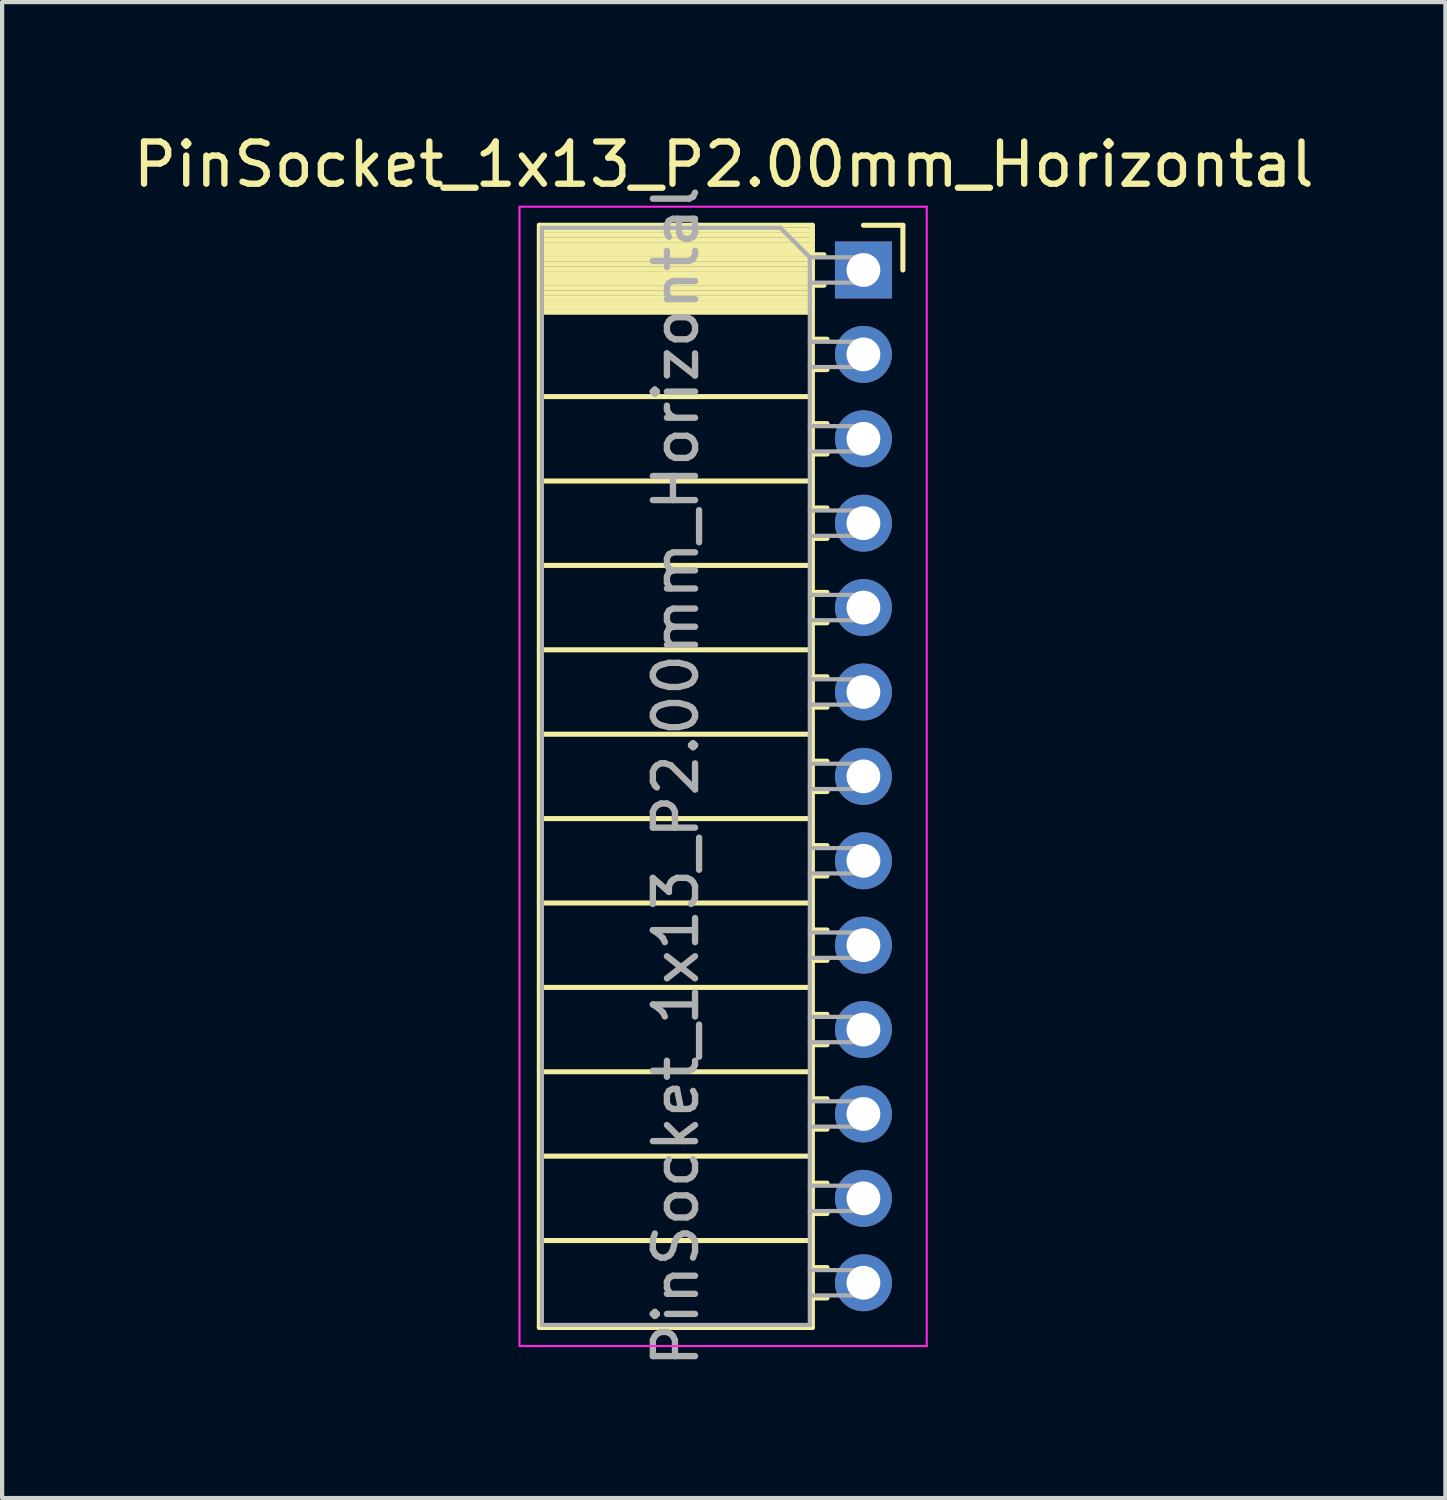
<source format=kicad_pcb>
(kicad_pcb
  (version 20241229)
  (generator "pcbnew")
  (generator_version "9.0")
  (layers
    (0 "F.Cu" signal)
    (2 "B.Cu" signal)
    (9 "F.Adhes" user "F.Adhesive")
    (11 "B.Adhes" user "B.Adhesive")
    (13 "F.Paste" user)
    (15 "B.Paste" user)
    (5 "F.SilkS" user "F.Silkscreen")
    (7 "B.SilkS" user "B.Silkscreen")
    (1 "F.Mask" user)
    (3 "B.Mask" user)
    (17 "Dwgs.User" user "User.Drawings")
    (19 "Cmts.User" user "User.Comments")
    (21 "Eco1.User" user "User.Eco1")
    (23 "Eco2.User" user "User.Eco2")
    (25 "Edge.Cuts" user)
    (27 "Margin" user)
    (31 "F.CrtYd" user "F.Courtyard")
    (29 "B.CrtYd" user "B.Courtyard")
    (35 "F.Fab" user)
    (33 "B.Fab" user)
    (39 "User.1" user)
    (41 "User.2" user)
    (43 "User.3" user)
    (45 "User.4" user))
  (footprint "PinSocket_1x13_P2.00mm_Horizontal"
    (layer "F.Cu")
    (at 17.411 3.348)
    (property "Reference" "PinSocket_1x13_P2.00mm_Horizontal" (at -3.31 -2.5 0) (layer "F.SilkS") (effects (font (size 1 1) (thickness 0.15))))
    (attr through_hole)
    (fp_line (start -7.68 -1.06) (end -7.68 25.06) (stroke (width 0.12) (type solid)) (layer "F.SilkS"))
    (fp_line (start -7.68 -1.06) (end -1.21 -1.06) (stroke (width 0.12) (type solid)) (layer "F.SilkS"))
    (fp_line (start -7.68 -0.94) (end -1.21 -0.94) (stroke (width 0.12) (type solid)) (layer "F.SilkS"))
    (fp_line (start -7.68 -0.826) (end -1.21 -0.826) (stroke (width 0.12) (type solid)) (layer "F.SilkS"))
    (fp_line (start -7.68 -0.712) (end -1.21 -0.712) (stroke (width 0.12) (type solid)) (layer "F.SilkS"))
    (fp_line (start -7.68 -0.598) (end -1.21 -0.598) (stroke (width 0.12) (type solid)) (layer "F.SilkS"))
    (fp_line (start -7.68 -0.484) (end -1.21 -0.484) (stroke (width 0.12) (type solid)) (layer "F.SilkS"))
    (fp_line (start -7.68 -0.369) (end -1.21 -0.369) (stroke (width 0.12) (type solid)) (layer "F.SilkS"))
    (fp_line (start -7.68 -0.255) (end -1.21 -0.255) (stroke (width 0.12) (type solid)) (layer "F.SilkS"))
    (fp_line (start -7.68 -0.141) (end -1.21 -0.141) (stroke (width 0.12) (type solid)) (layer "F.SilkS"))
    (fp_line (start -7.68 -0.027) (end -1.21 -0.027) (stroke (width 0.12) (type solid)) (layer "F.SilkS"))
    (fp_line (start -7.68 0.087) (end -1.21 0.087) (stroke (width 0.12) (type solid)) (layer "F.SilkS"))
    (fp_line (start -7.68 0.201) (end -1.21 0.201) (stroke (width 0.12) (type solid)) (layer "F.SilkS"))
    (fp_line (start -7.68 0.315) (end -1.21 0.315) (stroke (width 0.12) (type solid)) (layer "F.SilkS"))
    (fp_line (start -7.68 0.429) (end -1.21 0.429) (stroke (width 0.12) (type solid)) (layer "F.SilkS"))
    (fp_line (start -7.68 0.544) (end -1.21 0.544) (stroke (width 0.12) (type solid)) (layer "F.SilkS"))
    (fp_line (start -7.68 0.658) (end -1.21 0.658) (stroke (width 0.12) (type solid)) (layer "F.SilkS"))
    (fp_line (start -7.68 0.772) (end -1.21 0.772) (stroke (width 0.12) (type solid)) (layer "F.SilkS"))
    (fp_line (start -7.68 0.886) (end -1.21 0.886) (stroke (width 0.12) (type solid)) (layer "F.SilkS"))
    (fp_line (start -7.68 1) (end -1.21 1) (stroke (width 0.12) (type solid)) (layer "F.SilkS"))
    (fp_line (start -7.68 3) (end -1.21 3) (stroke (width 0.12) (type solid)) (layer "F.SilkS"))
    (fp_line (start -7.68 5) (end -1.21 5) (stroke (width 0.12) (type solid)) (layer "F.SilkS"))
    (fp_line (start -7.68 7) (end -1.21 7) (stroke (width 0.12) (type solid)) (layer "F.SilkS"))
    (fp_line (start -7.68 9) (end -1.21 9) (stroke (width 0.12) (type solid)) (layer "F.SilkS"))
    (fp_line (start -7.68 11) (end -1.21 11) (stroke (width 0.12) (type solid)) (layer "F.SilkS"))
    (fp_line (start -7.68 13) (end -1.21 13) (stroke (width 0.12) (type solid)) (layer "F.SilkS"))
    (fp_line (start -7.68 15) (end -1.21 15) (stroke (width 0.12) (type solid)) (layer "F.SilkS"))
    (fp_line (start -7.68 17) (end -1.21 17) (stroke (width 0.12) (type solid)) (layer "F.SilkS"))
    (fp_line (start -7.68 19) (end -1.21 19) (stroke (width 0.12) (type solid)) (layer "F.SilkS"))
    (fp_line (start -7.68 21) (end -1.21 21) (stroke (width 0.12) (type solid)) (layer "F.SilkS"))
    (fp_line (start -7.68 23) (end -1.21 23) (stroke (width 0.12) (type solid)) (layer "F.SilkS"))
    (fp_line (start -7.68 25.06) (end -1.21 25.06) (stroke (width 0.12) (type solid)) (layer "F.SilkS"))
    (fp_line (start -1.21 -1.06) (end -1.21 25.06) (stroke (width 0.12) (type solid)) (layer "F.SilkS"))
    (fp_line (start -1.21 -0.36) (end -0.935 -0.36) (stroke (width 0.12) (type solid)) (layer "F.SilkS"))
    (fp_line (start -1.21 0.36) (end -0.935 0.36) (stroke (width 0.12) (type solid)) (layer "F.SilkS"))
    (fp_line (start -1.21 1.64) (end -0.863 1.64) (stroke (width 0.12) (type solid)) (layer "F.SilkS"))
    (fp_line (start -1.21 2.36) (end -0.863 2.36) (stroke (width 0.12) (type solid)) (layer "F.SilkS"))
    (fp_line (start -1.21 3.64) (end -0.863 3.64) (stroke (width 0.12) (type solid)) (layer "F.SilkS"))
    (fp_line (start -1.21 4.36) (end -0.863 4.36) (stroke (width 0.12) (type solid)) (layer "F.SilkS"))
    (fp_line (start -1.21 5.64) (end -0.863 5.64) (stroke (width 0.12) (type solid)) (layer "F.SilkS"))
    (fp_line (start -1.21 6.36) (end -0.863 6.36) (stroke (width 0.12) (type solid)) (layer "F.SilkS"))
    (fp_line (start -1.21 7.64) (end -0.863 7.64) (stroke (width 0.12) (type solid)) (layer "F.SilkS"))
    (fp_line (start -1.21 8.36) (end -0.863 8.36) (stroke (width 0.12) (type solid)) (layer "F.SilkS"))
    (fp_line (start -1.21 9.64) (end -0.863 9.64) (stroke (width 0.12) (type solid)) (layer "F.SilkS"))
    (fp_line (start -1.21 10.36) (end -0.863 10.36) (stroke (width 0.12) (type solid)) (layer "F.SilkS"))
    (fp_line (start -1.21 11.64) (end -0.863 11.64) (stroke (width 0.12) (type solid)) (layer "F.SilkS"))
    (fp_line (start -1.21 12.36) (end -0.863 12.36) (stroke (width 0.12) (type solid)) (layer "F.SilkS"))
    (fp_line (start -1.21 13.64) (end -0.863 13.64) (stroke (width 0.12) (type solid)) (layer "F.SilkS"))
    (fp_line (start -1.21 14.36) (end -0.863 14.36) (stroke (width 0.12) (type solid)) (layer "F.SilkS"))
    (fp_line (start -1.21 15.64) (end -0.863 15.64) (stroke (width 0.12) (type solid)) (layer "F.SilkS"))
    (fp_line (start -1.21 16.36) (end -0.863 16.36) (stroke (width 0.12) (type solid)) (layer "F.SilkS"))
    (fp_line (start -1.21 17.64) (end -0.863 17.64) (stroke (width 0.12) (type solid)) (layer "F.SilkS"))
    (fp_line (start -1.21 18.36) (end -0.863 18.36) (stroke (width 0.12) (type solid)) (layer "F.SilkS"))
    (fp_line (start -1.21 19.64) (end -0.863 19.64) (stroke (width 0.12) (type solid)) (layer "F.SilkS"))
    (fp_line (start -1.21 20.36) (end -0.863 20.36) (stroke (width 0.12) (type solid)) (layer "F.SilkS"))
    (fp_line (start -1.21 21.64) (end -0.863 21.64) (stroke (width 0.12) (type solid)) (layer "F.SilkS"))
    (fp_line (start -1.21 22.36) (end -0.863 22.36) (stroke (width 0.12) (type solid)) (layer "F.SilkS"))
    (fp_line (start -1.21 23.64) (end -0.863 23.64) (stroke (width 0.12) (type solid)) (layer "F.SilkS"))
    (fp_line (start -1.21 24.36) (end -0.863 24.36) (stroke (width 0.12) (type solid)) (layer "F.SilkS"))
    (fp_line (start 0 -1.06) (end 0.935 -1.06) (stroke (width 0.12) (type solid)) (layer "F.SilkS"))
    (fp_line (start 0.935 -1.06) (end 0.935 0) (stroke (width 0.12) (type solid)) (layer "F.SilkS"))
    (fp_line (start -8.15 -1.5) (end -8.15 25.5) (stroke (width 0.05) (type solid)) (layer "F.CrtYd"))
    (fp_line (start -8.15 25.5) (end 1.5 25.5) (stroke (width 0.05) (type solid)) (layer "F.CrtYd"))
    (fp_line (start 1.5 -1.5) (end -8.15 -1.5) (stroke (width 0.05) (type solid)) (layer "F.CrtYd"))
    (fp_line (start 1.5 25.5) (end 1.5 -1.5) (stroke (width 0.05) (type solid)) (layer "F.CrtYd"))
    (fp_line (start -7.62 -1) (end -1.97 -1) (stroke (width 0.1) (type solid)) (layer "F.Fab"))
    (fp_line (start -7.62 25) (end -7.62 -1) (stroke (width 0.1) (type solid)) (layer "F.Fab"))
    (fp_line (start -1.97 -1) (end -1.27 -0.3) (stroke (width 0.1) (type solid)) (layer "F.Fab"))
    (fp_line (start -1.27 -0.3) (end -1.27 25) (stroke (width 0.1) (type solid)) (layer "F.Fab"))
    (fp_line (start -1.27 0.3) (end 0 0.3) (stroke (width 0.1) (type solid)) (layer "F.Fab"))
    (fp_line (start -1.27 2.3) (end 0 2.3) (stroke (width 0.1) (type solid)) (layer "F.Fab"))
    (fp_line (start -1.27 4.3) (end 0 4.3) (stroke (width 0.1) (type solid)) (layer "F.Fab"))
    (fp_line (start -1.27 6.3) (end 0 6.3) (stroke (width 0.1) (type solid)) (layer "F.Fab"))
    (fp_line (start -1.27 8.3) (end 0 8.3) (stroke (width 0.1) (type solid)) (layer "F.Fab"))
    (fp_line (start -1.27 10.3) (end 0 10.3) (stroke (width 0.1) (type solid)) (layer "F.Fab"))
    (fp_line (start -1.27 12.3) (end 0 12.3) (stroke (width 0.1) (type solid)) (layer "F.Fab"))
    (fp_line (start -1.27 14.3) (end 0 14.3) (stroke (width 0.1) (type solid)) (layer "F.Fab"))
    (fp_line (start -1.27 16.3) (end 0 16.3) (stroke (width 0.1) (type solid)) (layer "F.Fab"))
    (fp_line (start -1.27 18.3) (end 0 18.3) (stroke (width 0.1) (type solid)) (layer "F.Fab"))
    (fp_line (start -1.27 20.3) (end 0 20.3) (stroke (width 0.1) (type solid)) (layer "F.Fab"))
    (fp_line (start -1.27 22.3) (end 0 22.3) (stroke (width 0.1) (type solid)) (layer "F.Fab"))
    (fp_line (start -1.27 24.3) (end 0 24.3) (stroke (width 0.1) (type solid)) (layer "F.Fab"))
    (fp_line (start -1.27 25) (end -7.62 25) (stroke (width 0.1) (type solid)) (layer "F.Fab"))
    (fp_line (start 0 -0.3) (end -1.27 -0.3) (stroke (width 0.1) (type solid)) (layer "F.Fab"))
    (fp_line (start 0 0.3) (end 0 -0.3) (stroke (width 0.1) (type solid)) (layer "F.Fab"))
    (fp_line (start 0 1.7) (end -1.27 1.7) (stroke (width 0.1) (type solid)) (layer "F.Fab"))
    (fp_line (start 0 2.3) (end 0 1.7) (stroke (width 0.1) (type solid)) (layer "F.Fab"))
    (fp_line (start 0 3.7) (end -1.27 3.7) (stroke (width 0.1) (type solid)) (layer "F.Fab"))
    (fp_line (start 0 4.3) (end 0 3.7) (stroke (width 0.1) (type solid)) (layer "F.Fab"))
    (fp_line (start 0 5.7) (end -1.27 5.7) (stroke (width 0.1) (type solid)) (layer "F.Fab"))
    (fp_line (start 0 6.3) (end 0 5.7) (stroke (width 0.1) (type solid)) (layer "F.Fab"))
    (fp_line (start 0 7.7) (end -1.27 7.7) (stroke (width 0.1) (type solid)) (layer "F.Fab"))
    (fp_line (start 0 8.3) (end 0 7.7) (stroke (width 0.1) (type solid)) (layer "F.Fab"))
    (fp_line (start 0 9.7) (end -1.27 9.7) (stroke (width 0.1) (type solid)) (layer "F.Fab"))
    (fp_line (start 0 10.3) (end 0 9.7) (stroke (width 0.1) (type solid)) (layer "F.Fab"))
    (fp_line (start 0 11.7) (end -1.27 11.7) (stroke (width 0.1) (type solid)) (layer "F.Fab"))
    (fp_line (start 0 12.3) (end 0 11.7) (stroke (width 0.1) (type solid)) (layer "F.Fab"))
    (fp_line (start 0 13.7) (end -1.27 13.7) (stroke (width 0.1) (type solid)) (layer "F.Fab"))
    (fp_line (start 0 14.3) (end 0 13.7) (stroke (width 0.1) (type solid)) (layer "F.Fab"))
    (fp_line (start 0 15.7) (end -1.27 15.7) (stroke (width 0.1) (type solid)) (layer "F.Fab"))
    (fp_line (start 0 16.3) (end 0 15.7) (stroke (width 0.1) (type solid)) (layer "F.Fab"))
    (fp_line (start 0 17.7) (end -1.27 17.7) (stroke (width 0.1) (type solid)) (layer "F.Fab"))
    (fp_line (start 0 18.3) (end 0 17.7) (stroke (width 0.1) (type solid)) (layer "F.Fab"))
    (fp_line (start 0 19.7) (end -1.27 19.7) (stroke (width 0.1) (type solid)) (layer "F.Fab"))
    (fp_line (start 0 20.3) (end 0 19.7) (stroke (width 0.1) (type solid)) (layer "F.Fab"))
    (fp_line (start 0 21.7) (end -1.27 21.7) (stroke (width 0.1) (type solid)) (layer "F.Fab"))
    (fp_line (start 0 22.3) (end 0 21.7) (stroke (width 0.1) (type solid)) (layer "F.Fab"))
    (fp_line (start 0 23.7) (end -1.27 23.7) (stroke (width 0.1) (type solid)) (layer "F.Fab"))
    (fp_line (start 0 24.3) (end 0 23.7) (stroke (width 0.1) (type solid)) (layer "F.Fab"))
    (fp_text user "${REFERENCE}" (at -4.445 12 90) (layer "F.Fab") (effects (font (size 1 1) (thickness 0.15))))
    (pad "1" thru_hole rect (at 0 0) (size 1.35 1.35) (drill 0.8) (layers "*.Cu" "*.Mask"))
    (pad "2" thru_hole circle (at 0 2) (size 1.35 1.35) (drill 0.8) (layers "*.Cu" "*.Mask"))
    (pad "3" thru_hole circle (at 0 4) (size 1.35 1.35) (drill 0.8) (layers "*.Cu" "*.Mask"))
    (pad "4" thru_hole circle (at 0 6) (size 1.35 1.35) (drill 0.8) (layers "*.Cu" "*.Mask"))
    (pad "5" thru_hole circle (at 0 8) (size 1.35 1.35) (drill 0.8) (layers "*.Cu" "*.Mask"))
    (pad "6" thru_hole circle (at 0 10) (size 1.35 1.35) (drill 0.8) (layers "*.Cu" "*.Mask"))
    (pad "7" thru_hole circle (at 0 12) (size 1.35 1.35) (drill 0.8) (layers "*.Cu" "*.Mask"))
    (pad "8" thru_hole circle (at 0 14) (size 1.35 1.35) (drill 0.8) (layers "*.Cu" "*.Mask"))
    (pad "9" thru_hole circle (at 0 16) (size 1.35 1.35) (drill 0.8) (layers "*.Cu" "*.Mask"))
    (pad "10" thru_hole circle (at 0 18) (size 1.35 1.35) (drill 0.8) (layers "*.Cu" "*.Mask"))
    (pad "11" thru_hole circle (at 0 20) (size 1.35 1.35) (drill 0.8) (layers "*.Cu" "*.Mask"))
    (pad "12" thru_hole circle (at 0 22) (size 1.35 1.35) (drill 0.8) (layers "*.Cu" "*.Mask"))
    (pad "13" thru_hole circle (at 0 24) (size 1.35 1.35) (drill 0.8) (layers "*.Cu" "*.Mask")))
  (gr_rect
    (start -3 -3)
    (end 31.202 32.449)
    (stroke (width 0.1) (type default))
    (fill no)
    (layer "Edge.Cuts")))
</source>
